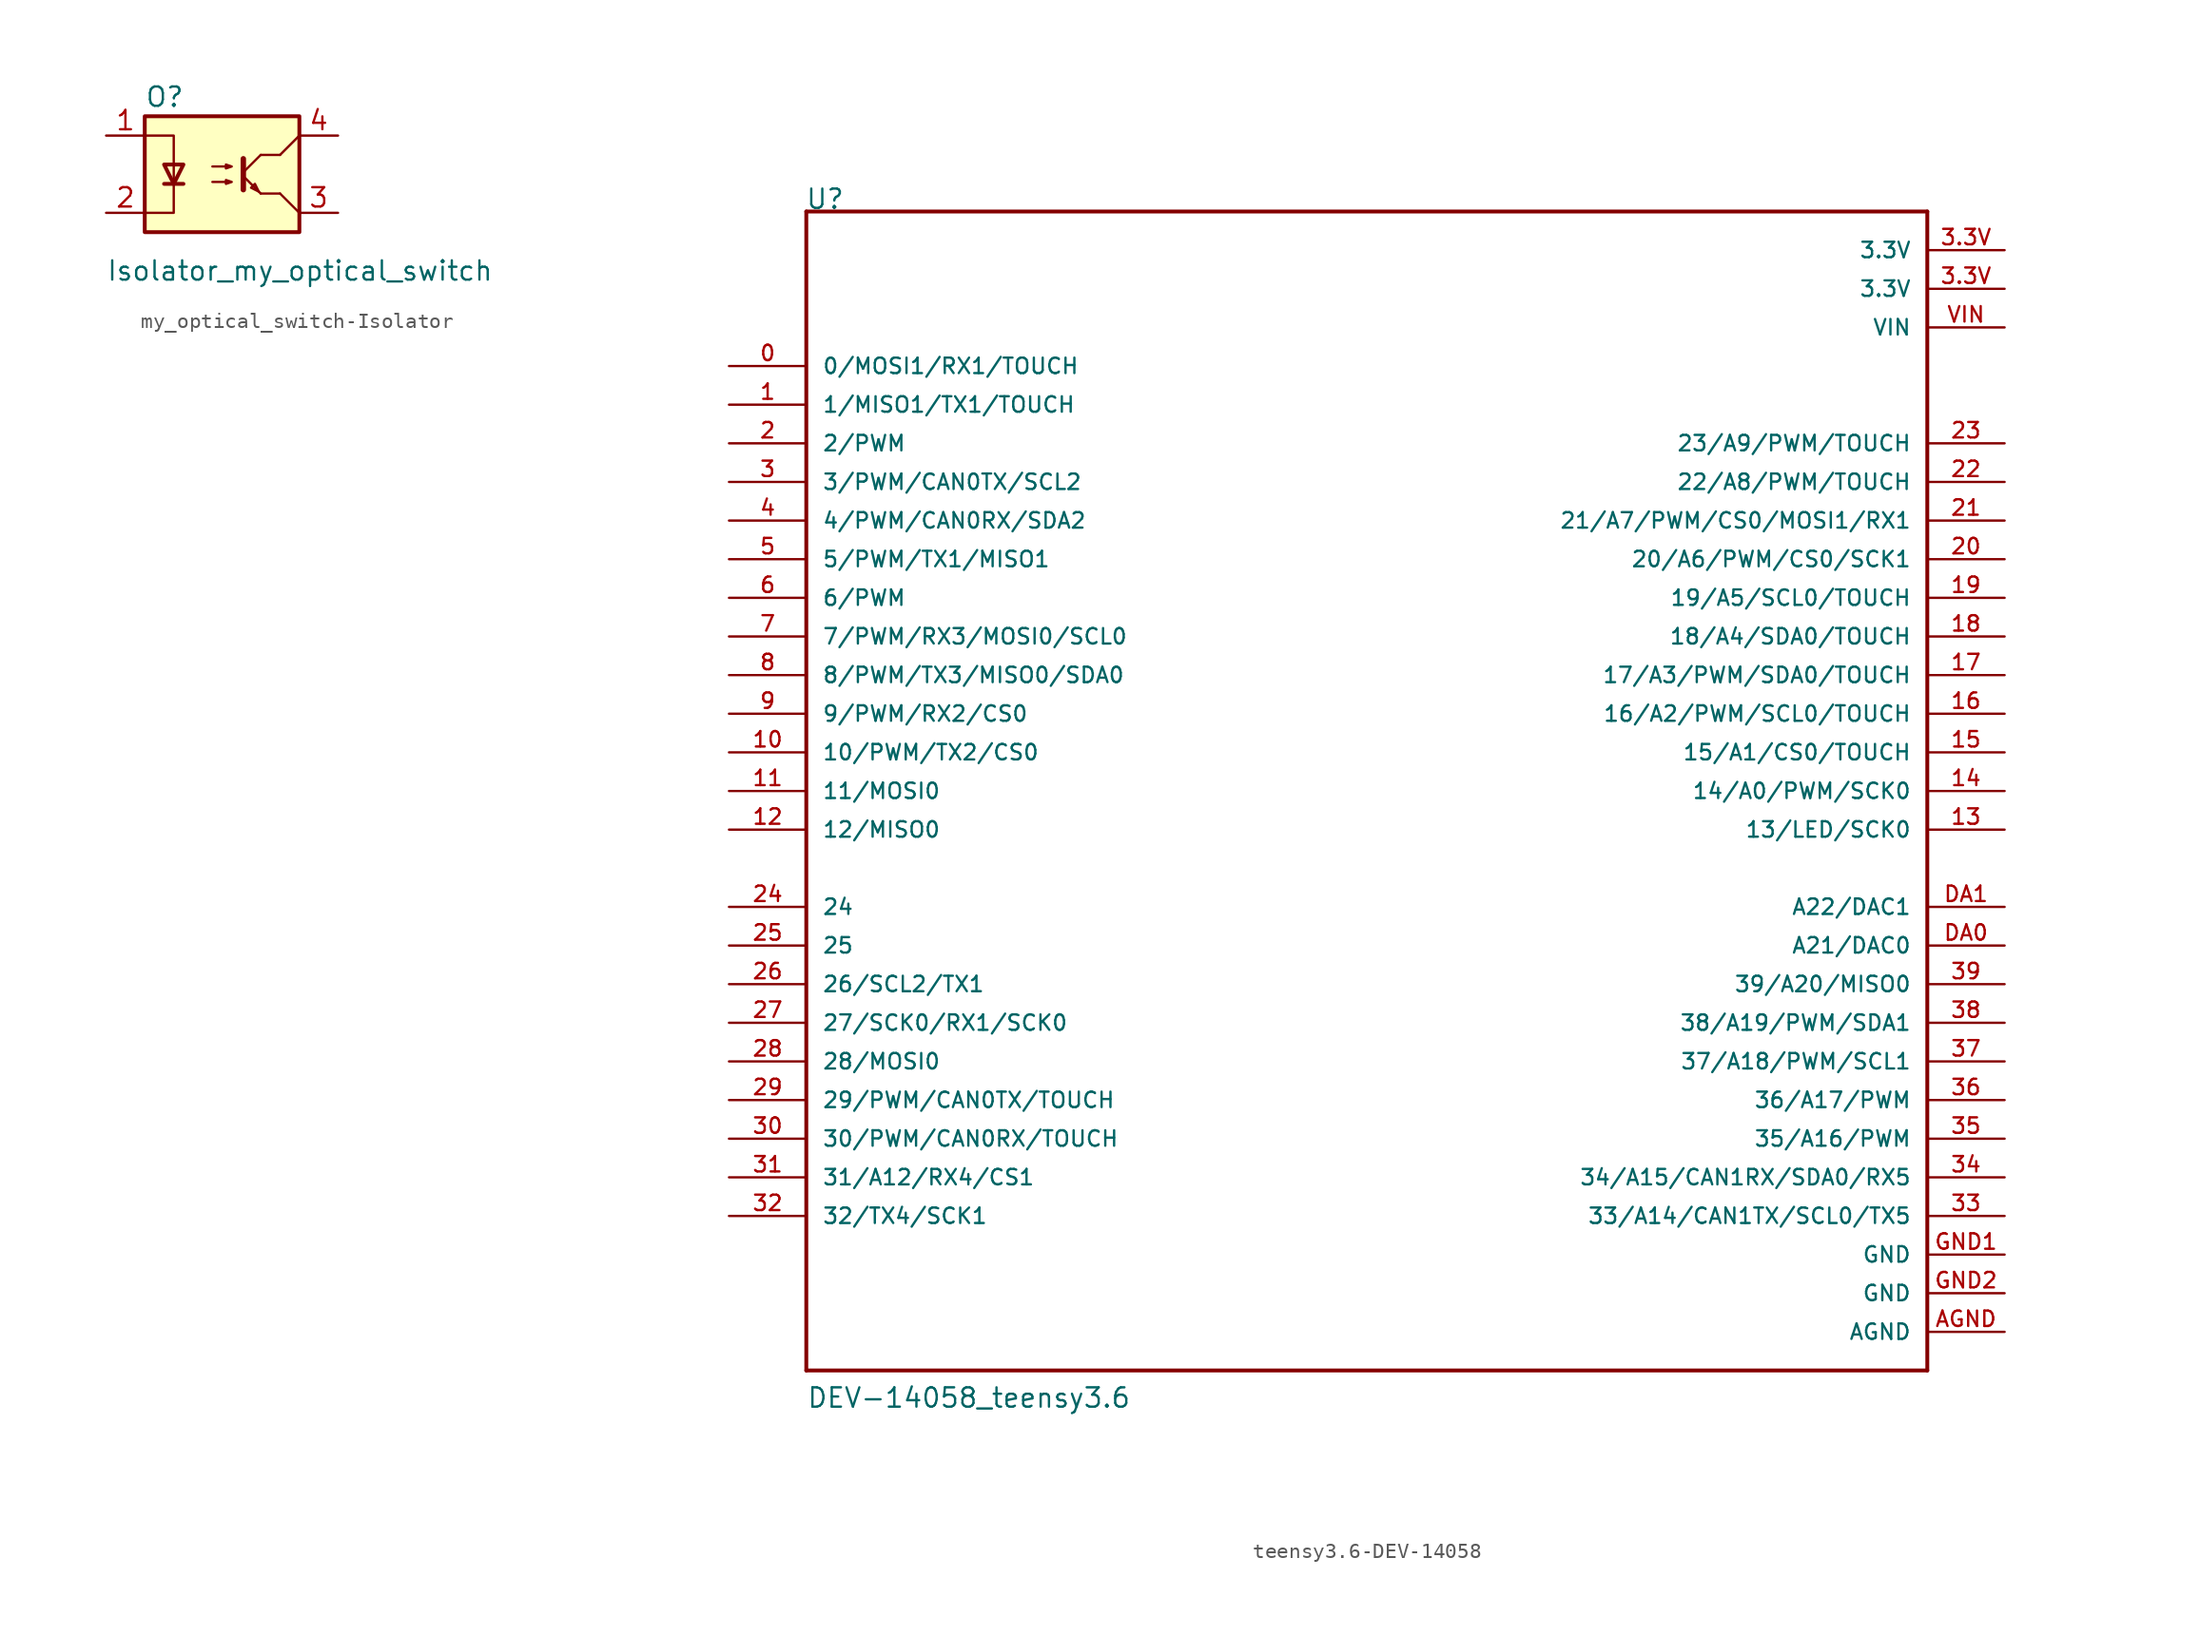
<source format=kicad_sym>
(kicad_symbol_lib
  (version 20231120)
  (generator "kicad_symbol_editor")
  (generator_version "8.0")
  (symbol "my_optical_switch-Isolator"
    (pin_names
      (offset 1.016))
    (property "Reference" "O"
      (at -5.08 5.08 0)
      (effects (font (size 1.27 1.27)) (justify left)))
    (property "Value" "Isolator_my_optical_switch"
      (at -7.62 -6.35 0)
      (effects (font (size 1.27 1.27)) (justify left)))
    (symbol "my_optical_switch-Isolator_0_1"
      (rectangle (start -5.08 3.81) (end 5.08 -3.81) (stroke (width 0.254) (type solid)) (fill (type background)))
      (polyline (pts (xy -3.81 -0.635) (xy -2.54 -0.635)) (stroke (width 0.254) (type solid)) (fill (type none)))
      (polyline (pts (xy 1.397 -0.127) (xy 2.54 -1.27)) (stroke (width 0) (type solid)) (fill (type none)))
      (polyline (pts (xy 1.397 0.127) (xy 2.54 1.27)) (stroke (width 0) (type solid)) (fill (type none)))
      (polyline (pts (xy 2.54 -1.27) (xy 3.81 -1.27)) (stroke (width 0) (type solid)) (fill (type none)))
      (polyline (pts (xy 2.54 1.27) (xy 3.81 1.27)) (stroke (width 0) (type solid)) (fill (type none)))
      (polyline (pts (xy 3.81 1.27) (xy 5.08 2.54)) (stroke (width 0) (type solid)) (fill (type none)))
      (polyline (pts (xy 5.08 -2.54) (xy 3.81 -1.27)) (stroke (width 0) (type solid)) (fill (type none)))
      (polyline (pts (xy 1.397 1.016) (xy 1.397 -1.016) (xy 1.397 -1.016)) (stroke (width 0.356) (type solid)) (fill (type none)))
      (polyline (pts (xy -5.08 -2.54) (xy -3.175 -2.54) (xy -3.175 2.54) (xy -5.08 2.54)) (stroke (width 0) (type solid)) (fill (type none)))
      (polyline (pts (xy -3.175 -0.635) (xy -3.81 0.635) (xy -2.54 0.635) (xy -3.175 -0.635)) (stroke (width 0.254) (type solid)) (fill (type none)))
      (polyline (pts (xy 2.413 -1.143) (xy 2.159 -0.635) (xy 1.905 -0.889) (xy 2.413 -1.143)) (stroke (width 0) (type solid)) (fill (type none)))
      (polyline (pts (xy -0.635 -0.508) (xy 0.635 -0.508) (xy 0.254 -0.635) (xy 0.254 -0.381) (xy 0.635 -0.508)) (stroke (width 0) (type solid)) (fill (type none)))
      (polyline (pts (xy -0.635 0.508) (xy 0.635 0.508) (xy 0.254 0.381) (xy 0.254 0.635) (xy 0.635 0.508)) (stroke (width 0) (type solid)) (fill (type none))))
    (symbol "my_optical_switch-Isolator_1_1"
      (pin passive line (at -7.62 2.54 0) (length 2.54) (name "~" (effects (font (size 1.27 1.27)))) (number "1" (effects (font (size 1.27 1.27)))))
      (pin passive line (at -7.62 -2.54 0) (length 2.54) (name "~" (effects (font (size 1.27 1.27)))) (number "2" (effects (font (size 1.27 1.27)))))
      (pin no_connect line (at -5.08 0 0) (length 2.54) hide (name "NC" (effects (font (size 1.27 1.27)))) (number "3" (effects (font (size 1.27 1.27)))))
      (pin passive line (at 7.62 -2.54 180) (length 2.54) (name "~" (effects (font (size 1.27 1.27)))) (number "3" (effects (font (size 1.27 1.27)))))
      (pin passive line (at 7.62 2.54 180) (length 2.54) (name "~" (effects (font (size 1.27 1.27)))) (number "4" (effects (font (size 1.27 1.27)))))))
  (symbol "teensy3.6-DEV-14058"
    (pin_names
      (offset 1.016))
    (property "Reference" "U"
      (at -38.176 35.636 0)
      (effects (font (size 1.27 1.27)) (justify left bottom)))
    (property "Value" "DEV-14058_teensy3.6"
      (at -38.1 -43.18 0)
      (effects (font (size 1.27 1.27)) (justify left bottom)))
    (property "ki_locked" ""
      (at 0 0 0)
      (effects (font (size 1.27 1.27))))
    (symbol "teensy3.6-DEV-14058_0_0"
      (polyline (pts (xy -38.1 -40.64) (xy -38.1 35.56)) (stroke (width 0.254) (type solid)) (fill (type none)))
      (polyline (pts (xy -38.1 35.56) (xy 35.56 35.56)) (stroke (width 0.254) (type solid)) (fill (type none)))
      (polyline (pts (xy 35.56 -40.64) (xy -38.1 -40.64)) (stroke (width 0.254) (type solid)) (fill (type none)))
      (polyline (pts (xy 35.56 35.56) (xy 35.56 -40.64)) (stroke (width 0.254) (type solid)) (fill (type none)))
      (pin bidirectional line (at -43.18 25.4 0) (length 5.08) (name "0/MOSI1/RX1/TOUCH" (effects (font (size 1.016 1.016)))) (number "0" (effects (font (size 1.016 1.016)))))
      (pin bidirectional line (at -43.18 22.86 0) (length 5.08) (name "1/MISO1/TX1/TOUCH" (effects (font (size 1.016 1.016)))) (number "1" (effects (font (size 1.016 1.016)))))
      (pin bidirectional line (at -43.18 0 0) (length 5.08) (name "10/PWM/TX2/CS0" (effects (font (size 1.016 1.016)))) (number "10" (effects (font (size 1.016 1.016)))))
      (pin bidirectional line (at -43.18 -2.54 0) (length 5.08) (name "11/MOSI0" (effects (font (size 1.016 1.016)))) (number "11" (effects (font (size 1.016 1.016)))))
      (pin bidirectional line (at -43.18 -5.08 0) (length 5.08) (name "12/MISO0" (effects (font (size 1.016 1.016)))) (number "12" (effects (font (size 1.016 1.016)))))
      (pin bidirectional line (at 40.64 -5.08 180) (length 5.08) (name "13/LED/SCK0" (effects (font (size 1.016 1.016)))) (number "13" (effects (font (size 1.016 1.016)))))
      (pin bidirectional line (at 40.64 -2.54 180) (length 5.08) (name "14/A0/PWM/SCK0" (effects (font (size 1.016 1.016)))) (number "14" (effects (font (size 1.016 1.016)))))
      (pin bidirectional line (at 40.64 0 180) (length 5.08) (name "15/A1/CS0/TOUCH" (effects (font (size 1.016 1.016)))) (number "15" (effects (font (size 1.016 1.016)))))
      (pin bidirectional line (at 40.64 2.54 180) (length 5.08) (name "16/A2/PWM/SCL0/TOUCH" (effects (font (size 1.016 1.016)))) (number "16" (effects (font (size 1.016 1.016)))))
      (pin bidirectional line (at 40.64 5.08 180) (length 5.08) (name "17/A3/PWM/SDA0/TOUCH" (effects (font (size 1.016 1.016)))) (number "17" (effects (font (size 1.016 1.016)))))
      (pin bidirectional line (at 40.64 7.62 180) (length 5.08) (name "18/A4/SDA0/TOUCH" (effects (font (size 1.016 1.016)))) (number "18" (effects (font (size 1.016 1.016)))))
      (pin bidirectional line (at 40.64 10.16 180) (length 5.08) (name "19/A5/SCL0/TOUCH" (effects (font (size 1.016 1.016)))) (number "19" (effects (font (size 1.016 1.016)))))
      (pin bidirectional line (at -43.18 20.32 0) (length 5.08) (name "2/PWM" (effects (font (size 1.016 1.016)))) (number "2" (effects (font (size 1.016 1.016)))))
      (pin bidirectional line (at 40.64 12.7 180) (length 5.08) (name "20/A6/PWM/CS0/SCK1" (effects (font (size 1.016 1.016)))) (number "20" (effects (font (size 1.016 1.016)))))
      (pin bidirectional line (at 40.64 15.24 180) (length 5.08) (name "21/A7/PWM/CS0/MOSI1/RX1" (effects (font (size 1.016 1.016)))) (number "21" (effects (font (size 1.016 1.016)))))
      (pin bidirectional line (at 40.64 17.78 180) (length 5.08) (name "22/A8/PWM/TOUCH" (effects (font (size 1.016 1.016)))) (number "22" (effects (font (size 1.016 1.016)))))
      (pin bidirectional line (at 40.64 20.32 180) (length 5.08) (name "23/A9/PWM/TOUCH" (effects (font (size 1.016 1.016)))) (number "23" (effects (font (size 1.016 1.016)))))
      (pin bidirectional line (at -43.18 -10.16 0) (length 5.08) (name "24" (effects (font (size 1.016 1.016)))) (number "24" (effects (font (size 1.016 1.016)))))
      (pin bidirectional line (at -43.18 -12.7 0) (length 5.08) (name "25" (effects (font (size 1.016 1.016)))) (number "25" (effects (font (size 1.016 1.016)))))
      (pin bidirectional line (at -43.18 -15.24 0) (length 5.08) (name "26/SCL2/TX1" (effects (font (size 1.016 1.016)))) (number "26" (effects (font (size 1.016 1.016)))))
      (pin bidirectional line (at -43.18 -17.78 0) (length 5.08) (name "27/SCK0/RX1/SCK0" (effects (font (size 1.016 1.016)))) (number "27" (effects (font (size 1.016 1.016)))))
      (pin bidirectional line (at -43.18 -20.32 0) (length 5.08) (name "28/MOSI0" (effects (font (size 1.016 1.016)))) (number "28" (effects (font (size 1.016 1.016)))))
      (pin bidirectional line (at -43.18 -22.86 0) (length 5.08) (name "29/PWM/CAN0TX/TOUCH" (effects (font (size 1.016 1.016)))) (number "29" (effects (font (size 1.016 1.016)))))
      (pin bidirectional line (at -43.18 17.78 0) (length 5.08) (name "3/PWM/CAN0TX/SCL2" (effects (font (size 1.016 1.016)))) (number "3" (effects (font (size 1.016 1.016)))))
      (pin power_in line (at 40.64 30.48 180) (length 5.08) (name "3.3V" (effects (font (size 1.016 1.016)))) (number "3.3V" (effects (font (size 1.016 1.016)))))
      (pin power_in line (at 40.64 33.02 180) (length 5.08) (name "3.3V" (effects (font (size 1.016 1.016)))) (number "3.3V" (effects (font (size 1.016 1.016)))))
      (pin bidirectional line (at -43.18 -25.4 0) (length 5.08) (name "30/PWM/CAN0RX/TOUCH" (effects (font (size 1.016 1.016)))) (number "30" (effects (font (size 1.016 1.016)))))
      (pin bidirectional line (at -43.18 -27.94 0) (length 5.08) (name "31/A12/RX4/CS1" (effects (font (size 1.016 1.016)))) (number "31" (effects (font (size 1.016 1.016)))))
      (pin bidirectional line (at -43.18 -30.48 0) (length 5.08) (name "32/TX4/SCK1" (effects (font (size 1.016 1.016)))) (number "32" (effects (font (size 1.016 1.016)))))
      (pin bidirectional line (at 40.64 -30.48 180) (length 5.08) (name "33/A14/CAN1TX/SCL0/TX5" (effects (font (size 1.016 1.016)))) (number "33" (effects (font (size 1.016 1.016)))))
      (pin bidirectional line (at 40.64 -27.94 180) (length 5.08) (name "34/A15/CAN1RX/SDA0/RX5" (effects (font (size 1.016 1.016)))) (number "34" (effects (font (size 1.016 1.016)))))
      (pin bidirectional line (at 40.64 -25.4 180) (length 5.08) (name "35/A16/PWM" (effects (font (size 1.016 1.016)))) (number "35" (effects (font (size 1.016 1.016)))))
      (pin bidirectional line (at 40.64 -22.86 180) (length 5.08) (name "36/A17/PWM" (effects (font (size 1.016 1.016)))) (number "36" (effects (font (size 1.016 1.016)))))
      (pin bidirectional line (at 40.64 -20.32 180) (length 5.08) (name "37/A18/PWM/SCL1" (effects (font (size 1.016 1.016)))) (number "37" (effects (font (size 1.016 1.016)))))
      (pin bidirectional line (at 40.64 -17.78 180) (length 5.08) (name "38/A19/PWM/SDA1" (effects (font (size 1.016 1.016)))) (number "38" (effects (font (size 1.016 1.016)))))
      (pin bidirectional line (at 40.64 -15.24 180) (length 5.08) (name "39/A20/MISO0" (effects (font (size 1.016 1.016)))) (number "39" (effects (font (size 1.016 1.016)))))
      (pin bidirectional line (at -43.18 15.24 0) (length 5.08) (name "4/PWM/CAN0RX/SDA2" (effects (font (size 1.016 1.016)))) (number "4" (effects (font (size 1.016 1.016)))))
      (pin bidirectional line (at -43.18 12.7 0) (length 5.08) (name "5/PWM/TX1/MISO1" (effects (font (size 1.016 1.016)))) (number "5" (effects (font (size 1.016 1.016)))))
      (pin bidirectional line (at -43.18 10.16 0) (length 5.08) (name "6/PWM" (effects (font (size 1.016 1.016)))) (number "6" (effects (font (size 1.016 1.016)))))
      (pin bidirectional line (at -43.18 7.62 0) (length 5.08) (name "7/PWM/RX3/MOSI0/SCL0" (effects (font (size 1.016 1.016)))) (number "7" (effects (font (size 1.016 1.016)))))
      (pin bidirectional line (at -43.18 5.08 0) (length 5.08) (name "8/PWM/TX3/MISO0/SDA0" (effects (font (size 1.016 1.016)))) (number "8" (effects (font (size 1.016 1.016)))))
      (pin bidirectional line (at -43.18 2.54 0) (length 5.08) (name "9/PWM/RX2/CS0" (effects (font (size 1.016 1.016)))) (number "9" (effects (font (size 1.016 1.016)))))
      (pin power_in line (at 40.64 -38.1 180) (length 5.08) (name "AGND" (effects (font (size 1.016 1.016)))) (number "AGND" (effects (font (size 1.016 1.016)))))
      (pin bidirectional line (at 40.64 -12.7 180) (length 5.08) (name "A21/DAC0" (effects (font (size 1.016 1.016)))) (number "DA0" (effects (font (size 1.016 1.016)))))
      (pin bidirectional line (at 40.64 -10.16 180) (length 5.08) (name "A22/DAC1" (effects (font (size 1.016 1.016)))) (number "DA1" (effects (font (size 1.016 1.016)))))
      (pin power_in line (at 40.64 -33.02 180) (length 5.08) (name "GND" (effects (font (size 1.016 1.016)))) (number "GND1" (effects (font (size 1.016 1.016)))))
      (pin power_in line (at 40.64 -35.56 180) (length 5.08) (name "GND" (effects (font (size 1.016 1.016)))) (number "GND2" (effects (font (size 1.016 1.016)))))
      (pin power_in line (at 40.64 27.94 180) (length 5.08) (name "VIN" (effects (font (size 1.016 1.016)))) (number "VIN" (effects (font (size 1.016 1.016))))))))
</source>
